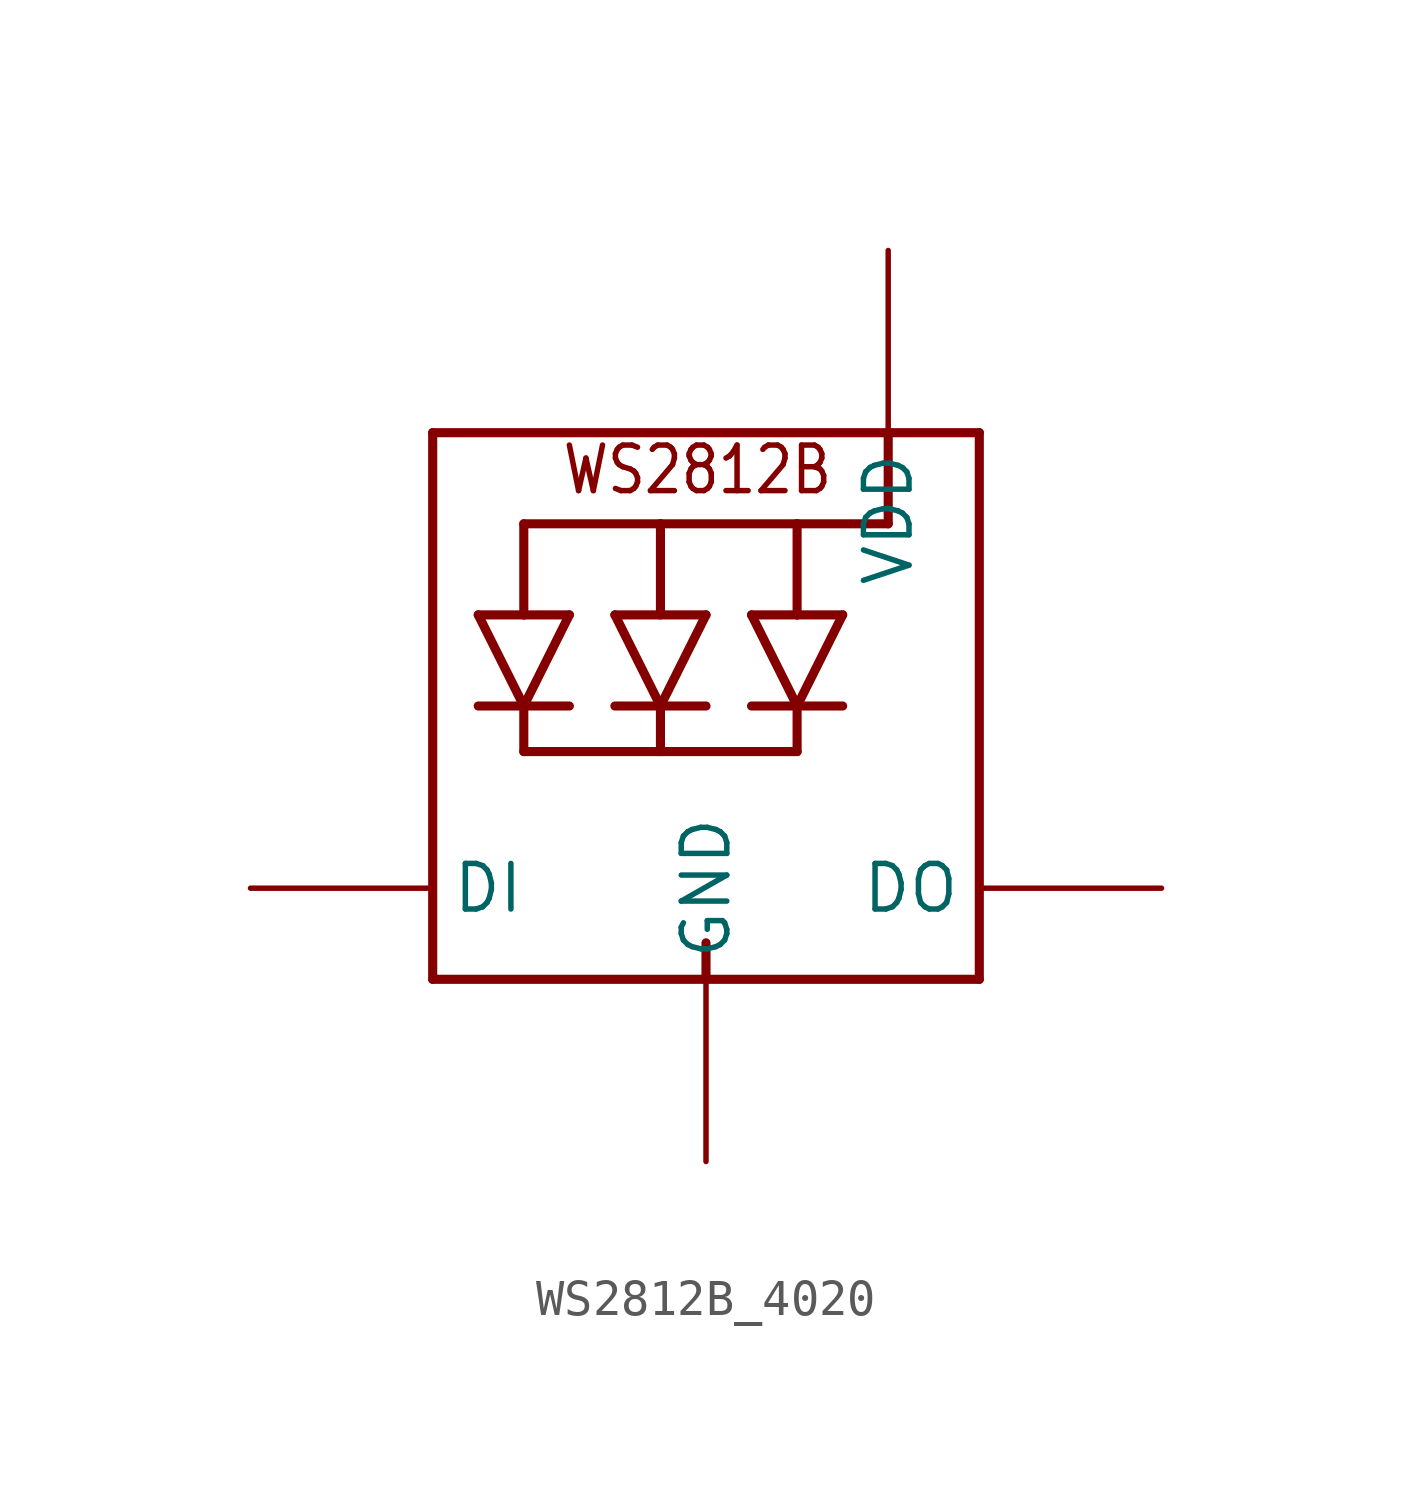
<source format=kicad_sym>
(kicad_symbol_lib
  (version 20231120)
  (generator "kicad_symbol_editor")
  (generator_version "8.0")
  (symbol "WS2812B_4020"
    (property "Reference" "LED"
      (at 0 0 0)
      (effects (font (size 1.27 1.27)) (hide yes)))
    (property "ki_locked" ""
      (at 0 0 0)
      (effects (font (size 1.27 1.27))))
    (symbol "WS2812B_4020_1_0"
      (polyline (pts (xy -7.62 -5.08) (xy 0 -5.08)) (stroke (width 0.254) (type solid)) (fill (type none)))
      (polyline (pts (xy -7.62 10.16) (xy -7.62 -5.08)) (stroke (width 0.254) (type solid)) (fill (type none)))
      (polyline (pts (xy -6.35 2.54) (xy -5.08 2.54)) (stroke (width 0.254) (type solid)) (fill (type none)))
      (polyline (pts (xy -6.35 5.08) (xy -5.08 5.08)) (stroke (width 0.254) (type solid)) (fill (type none)))
      (polyline (pts (xy -5.08 2.54) (xy -6.35 5.08)) (stroke (width 0.254) (type solid)) (fill (type none)))
      (polyline (pts (xy -5.08 2.54) (xy -5.08 1.27)) (stroke (width 0.254) (type solid)) (fill (type none)))
      (polyline (pts (xy -5.08 2.54) (xy -3.81 5.08)) (stroke (width 0.254) (type solid)) (fill (type none)))
      (polyline (pts (xy -5.08 5.08) (xy -3.81 5.08)) (stroke (width 0.254) (type solid)) (fill (type none)))
      (polyline (pts (xy -5.08 7.62) (xy -5.08 5.08)) (stroke (width 0.254) (type solid)) (fill (type none)))
      (polyline (pts (xy -3.81 2.54) (xy -5.08 2.54)) (stroke (width 0.254) (type solid)) (fill (type none)))
      (polyline (pts (xy -2.54 2.54) (xy -1.27 2.54)) (stroke (width 0.254) (type solid)) (fill (type none)))
      (polyline (pts (xy -2.54 5.08) (xy 0 5.08)) (stroke (width 0.254) (type solid)) (fill (type none)))
      (polyline (pts (xy -1.27 1.27) (xy -5.08 1.27)) (stroke (width 0.254) (type solid)) (fill (type none)))
      (polyline (pts (xy -1.27 2.54) (xy -2.54 5.08)) (stroke (width 0.254) (type solid)) (fill (type none)))
      (polyline (pts (xy -1.27 2.54) (xy -1.27 1.27)) (stroke (width 0.254) (type solid)) (fill (type none)))
      (polyline (pts (xy -1.27 2.54) (xy 0 2.54)) (stroke (width 0.254) (type solid)) (fill (type none)))
      (polyline (pts (xy -1.27 5.08) (xy -1.27 7.62)) (stroke (width 0.254) (type solid)) (fill (type none)))
      (polyline (pts (xy -1.27 7.62) (xy -5.08 7.62)) (stroke (width 0.254) (type solid)) (fill (type none)))
      (polyline (pts (xy 0 -5.08) (xy 7.62 -5.08)) (stroke (width 0.254) (type solid)) (fill (type none)))
      (polyline (pts (xy 0 -4.064) (xy 0 -5.08)) (stroke (width 0.254) (type solid)) (fill (type none)))
      (polyline (pts (xy 0 5.08) (xy -1.27 2.54)) (stroke (width 0.254) (type solid)) (fill (type none)))
      (polyline (pts (xy 1.27 5.08) (xy 2.54 2.54)) (stroke (width 0.254) (type solid)) (fill (type none)))
      (polyline (pts (xy 1.27 5.08) (xy 2.54 5.08)) (stroke (width 0.254) (type solid)) (fill (type none)))
      (polyline (pts (xy 2.54 1.27) (xy -1.27 1.27)) (stroke (width 0.254) (type solid)) (fill (type none)))
      (polyline (pts (xy 2.54 2.54) (xy 1.27 2.54)) (stroke (width 0.254) (type solid)) (fill (type none)))
      (polyline (pts (xy 2.54 2.54) (xy 2.54 1.27)) (stroke (width 0.254) (type solid)) (fill (type none)))
      (polyline (pts (xy 2.54 2.54) (xy 3.81 2.54)) (stroke (width 0.254) (type solid)) (fill (type none)))
      (polyline (pts (xy 2.54 2.54) (xy 3.81 5.08)) (stroke (width 0.254) (type solid)) (fill (type none)))
      (polyline (pts (xy 2.54 5.08) (xy 2.54 7.62)) (stroke (width 0.254) (type solid)) (fill (type none)))
      (polyline (pts (xy 2.54 7.62) (xy -1.27 7.62)) (stroke (width 0.254) (type solid)) (fill (type none)))
      (polyline (pts (xy 2.54 7.62) (xy 5.08 7.62)) (stroke (width 0.254) (type solid)) (fill (type none)))
      (polyline (pts (xy 3.81 5.08) (xy 2.54 5.08)) (stroke (width 0.254) (type solid)) (fill (type none)))
      (polyline (pts (xy 5.08 10.16) (xy -7.62 10.16)) (stroke (width 0.254) (type solid)) (fill (type none)))
      (polyline (pts (xy 5.08 10.16) (xy 5.08 7.62)) (stroke (width 0.254) (type solid)) (fill (type none)))
      (polyline (pts (xy 7.62 -5.08) (xy 7.62 10.16)) (stroke (width 0.254) (type solid)) (fill (type none)))
      (polyline (pts (xy 7.62 10.16) (xy 5.08 10.16)) (stroke (width 0.254) (type solid)) (fill (type none)))
      (text "WS2812B" (at -4.064 8.382 0) (effects (font (size 1.27 1.079)) (justify left bottom)))
      (pin input line (at -12.7 -2.54 0) (length 5.08) (name "DI" (effects (font (size 1.27 1.27)))) (number "1" (effects (font (size 0 0)))))
      (pin power_in line (at 5.08 15.24 270) (length 5.08) (name "VDD" (effects (font (size 1.27 1.27)))) (number "2" (effects (font (size 0 0)))))
      (pin output line (at 12.7 -2.54 180) (length 5.08) (name "DO" (effects (font (size 1.27 1.27)))) (number "3" (effects (font (size 0 0)))))
      (pin power_in line (at 0 -10.16 90) (length 5.08) (name "GND" (effects (font (size 1.27 1.27)))) (number "4" (effects (font (size 0 0))))))))
</source>
